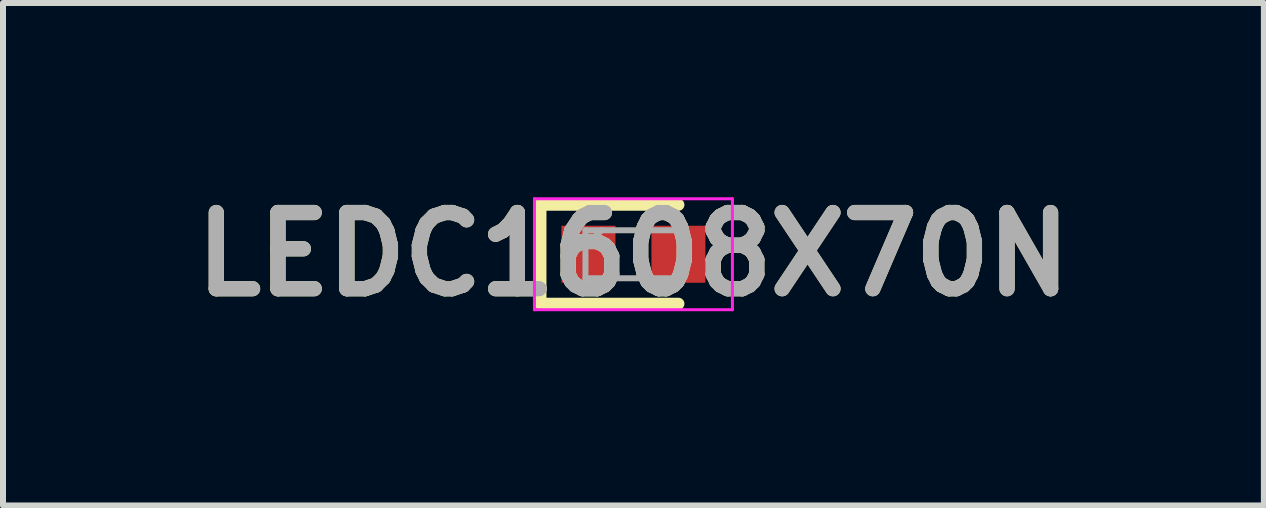
<source format=kicad_pcb>
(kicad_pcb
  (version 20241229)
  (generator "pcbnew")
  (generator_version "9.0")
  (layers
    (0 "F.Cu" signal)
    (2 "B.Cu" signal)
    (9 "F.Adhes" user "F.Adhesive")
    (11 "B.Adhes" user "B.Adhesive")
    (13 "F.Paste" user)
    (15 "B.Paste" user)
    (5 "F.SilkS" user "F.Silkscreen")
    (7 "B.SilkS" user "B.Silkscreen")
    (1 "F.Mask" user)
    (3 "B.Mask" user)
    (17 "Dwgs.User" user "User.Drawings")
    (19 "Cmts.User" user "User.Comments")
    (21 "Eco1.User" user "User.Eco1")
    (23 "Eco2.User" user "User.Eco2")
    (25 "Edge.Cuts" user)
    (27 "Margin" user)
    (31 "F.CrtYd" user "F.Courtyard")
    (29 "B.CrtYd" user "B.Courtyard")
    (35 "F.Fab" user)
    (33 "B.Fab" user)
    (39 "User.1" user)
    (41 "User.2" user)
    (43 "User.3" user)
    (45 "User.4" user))
  (footprint "LEDC1608X70N"
    (layer "F.Cu")
    (at 7.511 1.189)
    (property "Reference" "LEDC1608X70N" (at 0 0 0) (layer "F.SilkS") (effects (font (size 1.27 1.27) (thickness 0.254))))
    (attr smd)
    (fp_line (start -1.55 -0.825) (end -1.55 0.825) (stroke (width 0.2) (type solid)) (layer "F.SilkS"))
    (fp_line (start -1.55 0.825) (end 0.75 0.825) (stroke (width 0.2) (type solid)) (layer "F.SilkS"))
    (fp_line (start 0.75 -0.825) (end -1.55 -0.825) (stroke (width 0.2) (type solid)) (layer "F.SilkS"))
    (fp_line (start -1.65 -0.925) (end 1.65 -0.925) (stroke (width 0.05) (type solid)) (layer "F.CrtYd"))
    (fp_line (start -1.65 0.925) (end -1.65 -0.925) (stroke (width 0.05) (type solid)) (layer "F.CrtYd"))
    (fp_line (start 1.65 -0.925) (end 1.65 0.925) (stroke (width 0.05) (type solid)) (layer "F.CrtYd"))
    (fp_line (start 1.65 0.925) (end -1.65 0.925) (stroke (width 0.05) (type solid)) (layer "F.CrtYd"))
    (fp_line (start -0.8 -0.4) (end 0.8 -0.4) (stroke (width 0.1) (type solid)) (layer "F.Fab"))
    (fp_line (start -0.8 -0.133) (end -0.533 -0.4) (stroke (width 0.1) (type solid)) (layer "F.Fab"))
    (fp_line (start -0.8 0.4) (end -0.8 -0.4) (stroke (width 0.1) (type solid)) (layer "F.Fab"))
    (fp_line (start 0.8 -0.4) (end 0.8 0.4) (stroke (width 0.1) (type solid)) (layer "F.Fab"))
    (fp_line (start 0.8 0.4) (end -0.8 0.4) (stroke (width 0.1) (type solid)) (layer "F.Fab"))
    (fp_text user "${REFERENCE}" (at 0 0 0) (layer "F.Fab") (effects (font (size 1.27 1.27) (thickness 0.254))))
    (pad "1" smd rect (at -0.75 0) (size 0.9 0.95) (layers "F.Cu" "F.Mask" "F.Paste"))
    (pad "2" smd rect (at 0.75 0) (size 0.9 0.95) (layers "F.Cu" "F.Mask" "F.Paste")))
  (gr_rect
    (start -3 -3)
    (end 18.022 5.377)
    (stroke (width 0.1) (type default))
    (fill no)
    (layer "Edge.Cuts")))
</source>
